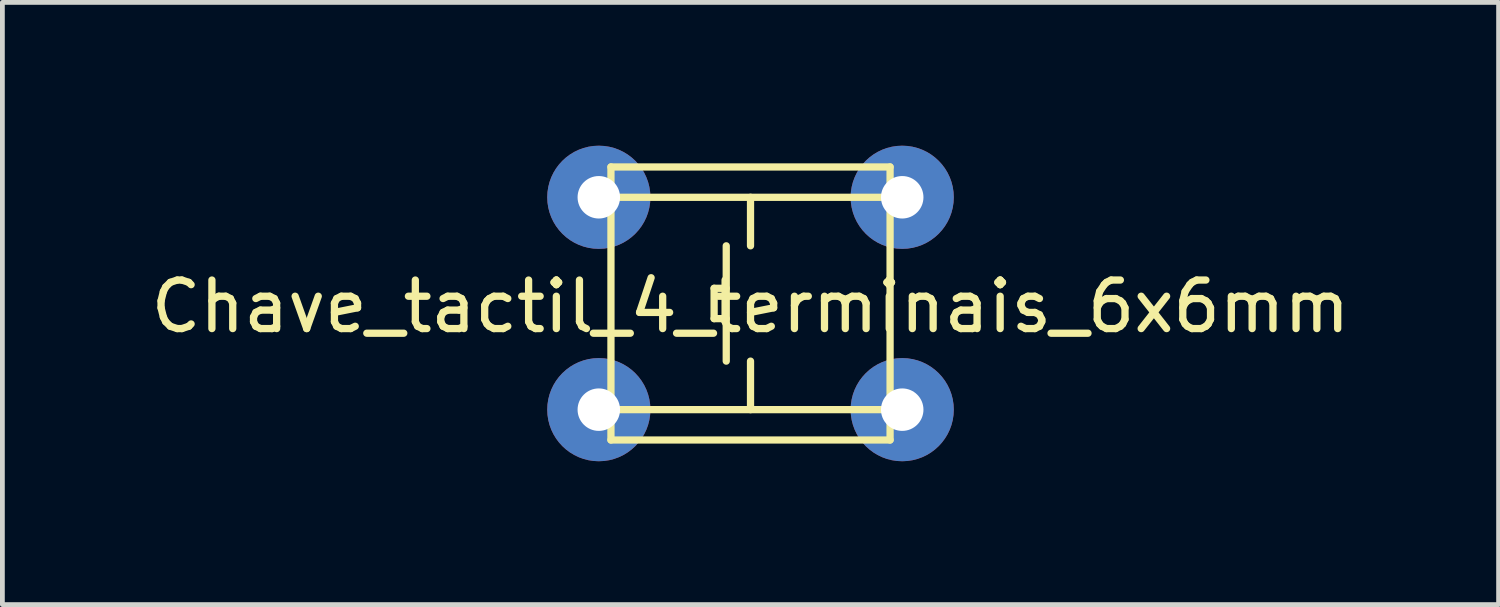
<source format=kicad_pcb>
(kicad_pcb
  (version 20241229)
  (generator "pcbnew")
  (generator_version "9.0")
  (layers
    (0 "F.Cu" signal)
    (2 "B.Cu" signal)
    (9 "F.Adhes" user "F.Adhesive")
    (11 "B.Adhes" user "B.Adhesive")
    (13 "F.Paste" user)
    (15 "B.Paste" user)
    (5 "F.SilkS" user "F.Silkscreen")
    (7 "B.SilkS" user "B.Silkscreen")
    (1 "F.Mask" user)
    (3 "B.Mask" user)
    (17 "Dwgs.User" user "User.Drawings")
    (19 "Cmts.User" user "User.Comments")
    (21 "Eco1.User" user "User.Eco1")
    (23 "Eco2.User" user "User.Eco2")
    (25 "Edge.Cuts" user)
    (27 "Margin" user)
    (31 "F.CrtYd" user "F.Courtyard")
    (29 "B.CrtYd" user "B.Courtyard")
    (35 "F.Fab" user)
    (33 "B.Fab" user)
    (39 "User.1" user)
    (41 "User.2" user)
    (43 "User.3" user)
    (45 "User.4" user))
  (footprint "Chave_tactil_4_terminais_6x6mm"
    (layer "F.Cu")
    (at 9.483 1.079)
    (property "Reference" "Chave_tactil_4_terminais_6x6mm" (at 3.175 2.286 0) (layer "F.SilkS") (effects (font (size 1.016 1.016) (thickness 0.152))))
    (attr through_hole)
    (fp_line (start 0.254 -0.635) (end 0.254 5.08) (stroke (width 0.152) (type solid)) (layer "F.SilkS"))
    (fp_line (start 0.254 -0.635) (end 6.096 -0.635) (stroke (width 0.152) (type solid)) (layer "F.SilkS"))
    (fp_line (start 0.254 5.08) (end 6.096 5.08) (stroke (width 0.152) (type solid)) (layer "F.SilkS"))
    (fp_line (start 0.381 0) (end 5.969 0) (stroke (width 0.152) (type solid)) (layer "F.SilkS"))
    (fp_line (start 0.381 4.445) (end 5.969 4.445) (stroke (width 0.152) (type solid)) (layer "F.SilkS"))
    (fp_line (start 2.413 1.905) (end 2.413 2.54) (stroke (width 0.152) (type solid)) (layer "F.SilkS"))
    (fp_line (start 2.413 2.54) (end 2.667 2.54) (stroke (width 0.152) (type solid)) (layer "F.SilkS"))
    (fp_line (start 2.667 1.905) (end 2.413 1.905) (stroke (width 0.152) (type solid)) (layer "F.SilkS"))
    (fp_line (start 2.667 3.429) (end 2.667 1.016) (stroke (width 0.152) (type solid)) (layer "F.SilkS"))
    (fp_line (start 3.175 0) (end 3.175 1.016) (stroke (width 0.152) (type solid)) (layer "F.SilkS"))
    (fp_line (start 3.175 3.429) (end 3.175 4.445) (stroke (width 0.152) (type solid)) (layer "F.SilkS"))
    (fp_line (start 6.096 -0.635) (end 6.096 5.08) (stroke (width 0.152) (type solid)) (layer "F.SilkS"))
    (pad "1" thru_hole circle (at 0 0) (size 2.159 2.159) (drill 0.889) (layers "*.Cu" "*.Mask"))
    (pad "1" thru_hole circle (at 6.35 0) (size 2.159 2.159) (drill 0.889) (layers "*.Cu" "*.Mask"))
    (pad "2" thru_hole circle (at 0 4.445) (size 2.159 2.159) (drill 0.889) (layers "*.Cu" "*.Mask"))
    (pad "2" thru_hole circle (at 6.35 4.445) (size 2.159 2.159) (drill 0.889) (layers "*.Cu" "*.Mask")))
  (gr_rect
    (start -3 -3)
    (end 28.315 9.604)
    (stroke (width 0.1) (type default))
    (fill no)
    (layer "Edge.Cuts")))
</source>
